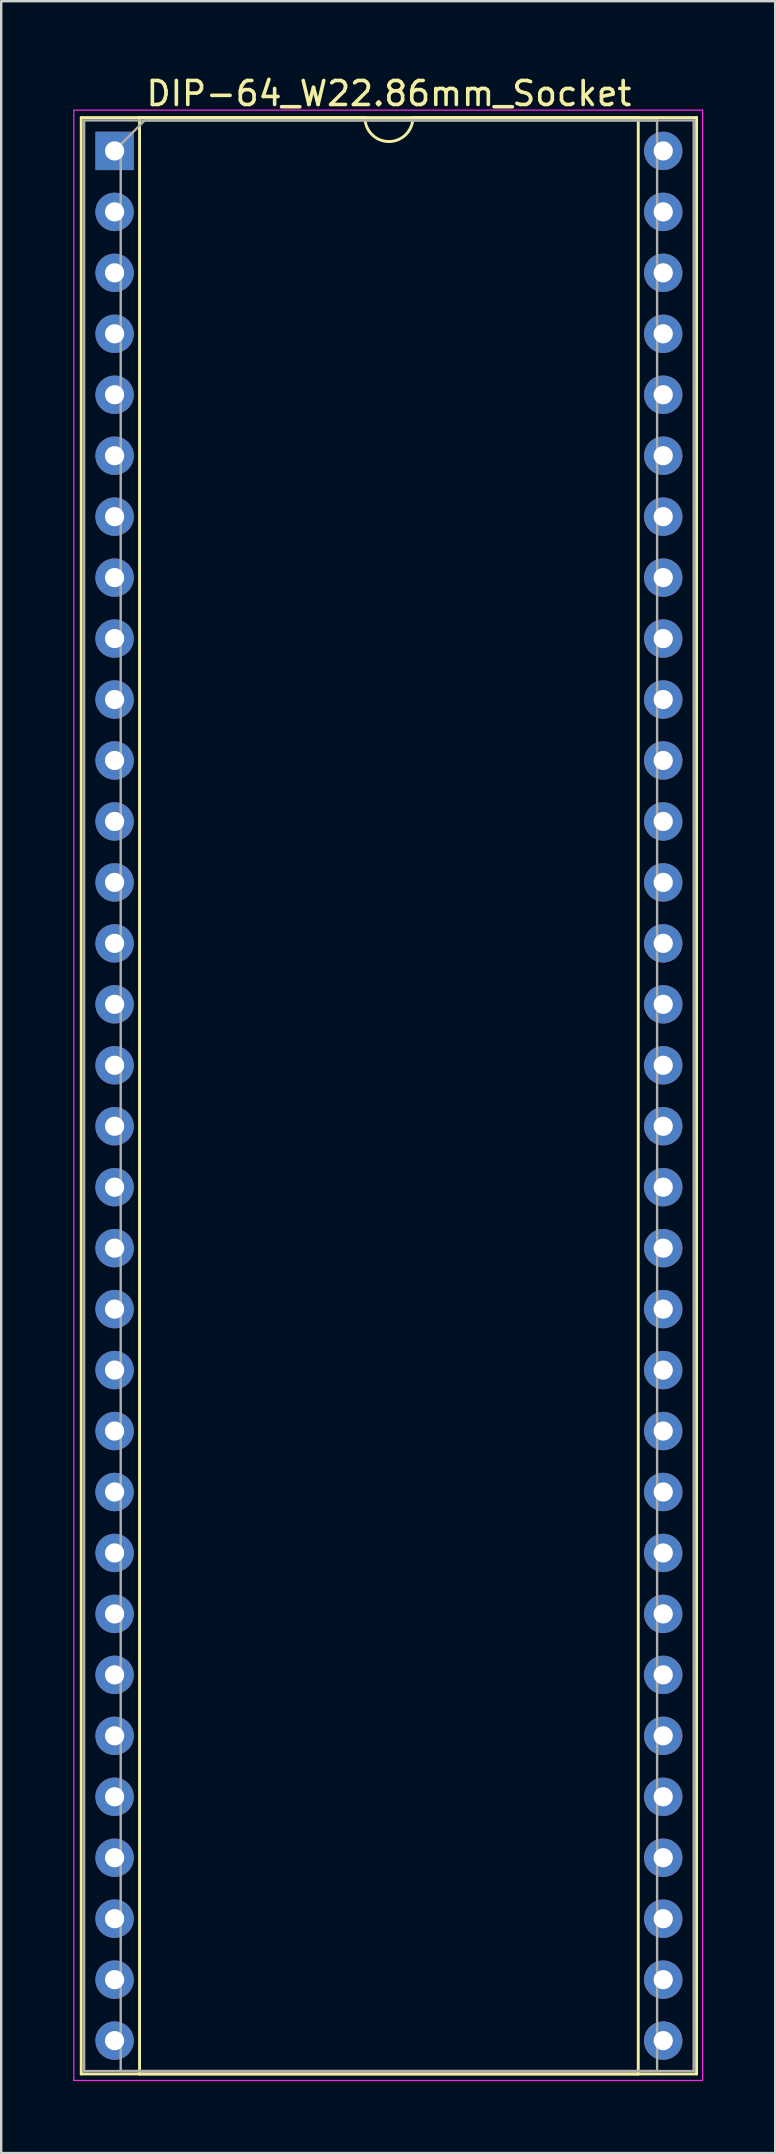
<source format=kicad_pcb>
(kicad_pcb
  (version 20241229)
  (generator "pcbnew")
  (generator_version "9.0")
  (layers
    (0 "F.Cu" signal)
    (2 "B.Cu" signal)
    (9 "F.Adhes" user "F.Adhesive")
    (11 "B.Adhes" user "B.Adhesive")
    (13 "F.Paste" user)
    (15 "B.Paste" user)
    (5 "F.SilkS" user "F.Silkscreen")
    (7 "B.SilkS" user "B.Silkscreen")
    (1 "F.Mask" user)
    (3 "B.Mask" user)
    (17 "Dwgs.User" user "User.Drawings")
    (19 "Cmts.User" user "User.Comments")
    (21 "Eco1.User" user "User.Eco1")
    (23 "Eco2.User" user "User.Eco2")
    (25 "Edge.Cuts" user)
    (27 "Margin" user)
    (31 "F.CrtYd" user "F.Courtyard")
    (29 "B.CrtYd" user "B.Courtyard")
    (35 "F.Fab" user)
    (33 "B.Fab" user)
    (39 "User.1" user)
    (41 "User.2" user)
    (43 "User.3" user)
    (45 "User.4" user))
  (footprint "DIP-64_W22.86mm_Socket"
    (layer "F.Cu")
    (at 1.725 3.238)
    (property "Reference" "DIP-64_W22.86mm_Socket" (at 11.43 -2.39 0) (layer "F.SilkS") (effects (font (size 1 1) (thickness 0.15))))
    (attr through_hole)
    (fp_line (start -1.39 -1.39) (end -1.39 80.13) (stroke (width 0.12) (type solid)) (layer "F.SilkS"))
    (fp_line (start -1.39 80.13) (end 24.25 80.13) (stroke (width 0.12) (type solid)) (layer "F.SilkS"))
    (fp_line (start 1.04 -1.39) (end 1.04 80.13) (stroke (width 0.12) (type solid)) (layer "F.SilkS"))
    (fp_line (start 1.04 80.13) (end 21.82 80.13) (stroke (width 0.12) (type solid)) (layer "F.SilkS"))
    (fp_line (start 10.43 -1.39) (end 1.04 -1.39) (stroke (width 0.12) (type solid)) (layer "F.SilkS"))
    (fp_line (start 21.82 -1.39) (end 12.43 -1.39) (stroke (width 0.12) (type solid)) (layer "F.SilkS"))
    (fp_line (start 21.82 80.13) (end 21.82 -1.39) (stroke (width 0.12) (type solid)) (layer "F.SilkS"))
    (fp_line (start 24.25 -1.39) (end -1.39 -1.39) (stroke (width 0.12) (type solid)) (layer "F.SilkS"))
    (fp_line (start 24.25 80.13) (end 24.25 -1.39) (stroke (width 0.12) (type solid)) (layer "F.SilkS"))
    (fp_arc (start 12.43 -1.39) (mid 11.43 -0.39) (end 10.43 -1.39) (stroke (width 0.12) (type solid)) (layer "F.SilkS"))
    (fp_line (start -1.7 -1.7) (end -1.7 80.4) (stroke (width 0.05) (type solid)) (layer "F.CrtYd"))
    (fp_line (start -1.7 80.4) (end 24.5 80.4) (stroke (width 0.05) (type solid)) (layer "F.CrtYd"))
    (fp_line (start 24.5 -1.7) (end -1.7 -1.7) (stroke (width 0.05) (type solid)) (layer "F.CrtYd"))
    (fp_line (start 24.5 80.4) (end 24.5 -1.7) (stroke (width 0.05) (type solid)) (layer "F.CrtYd"))
    (fp_line (start -1.27 -1.27) (end -1.27 80.01) (stroke (width 0.1) (type solid)) (layer "F.Fab"))
    (fp_line (start -1.27 80.01) (end 24.13 80.01) (stroke (width 0.1) (type solid)) (layer "F.Fab"))
    (fp_line (start 0.255 -0.27) (end 1.255 -1.27) (stroke (width 0.1) (type solid)) (layer "F.Fab"))
    (fp_line (start 0.255 80.01) (end 0.255 -0.27) (stroke (width 0.1) (type solid)) (layer "F.Fab"))
    (fp_line (start 1.255 -1.27) (end 22.605 -1.27) (stroke (width 0.1) (type solid)) (layer "F.Fab"))
    (fp_line (start 22.605 -1.27) (end 22.605 80.01) (stroke (width 0.1) (type solid)) (layer "F.Fab"))
    (fp_line (start 22.605 80.01) (end 0.255 80.01) (stroke (width 0.1) (type solid)) (layer "F.Fab"))
    (fp_line (start 24.13 -1.27) (end -1.27 -1.27) (stroke (width 0.1) (type solid)) (layer "F.Fab"))
    (fp_line (start 24.13 80.01) (end 24.13 -1.27) (stroke (width 0.1) (type solid)) (layer "F.Fab"))
    (pad "1" thru_hole rect (at 0 0) (size 1.6 1.6) (drill 0.8) (layers "*.Cu" "*.Mask"))
    (pad "2" thru_hole oval (at 0 2.54) (size 1.6 1.6) (drill 0.8) (layers "*.Cu" "*.Mask"))
    (pad "3" thru_hole oval (at 0 5.08) (size 1.6 1.6) (drill 0.8) (layers "*.Cu" "*.Mask"))
    (pad "4" thru_hole oval (at 0 7.62) (size 1.6 1.6) (drill 0.8) (layers "*.Cu" "*.Mask"))
    (pad "5" thru_hole oval (at 0 10.16) (size 1.6 1.6) (drill 0.8) (layers "*.Cu" "*.Mask"))
    (pad "6" thru_hole oval (at 0 12.7) (size 1.6 1.6) (drill 0.8) (layers "*.Cu" "*.Mask"))
    (pad "7" thru_hole oval (at 0 15.24) (size 1.6 1.6) (drill 0.8) (layers "*.Cu" "*.Mask"))
    (pad "8" thru_hole oval (at 0 17.78) (size 1.6 1.6) (drill 0.8) (layers "*.Cu" "*.Mask"))
    (pad "9" thru_hole oval (at 0 20.32) (size 1.6 1.6) (drill 0.8) (layers "*.Cu" "*.Mask"))
    (pad "10" thru_hole oval (at 0 22.86) (size 1.6 1.6) (drill 0.8) (layers "*.Cu" "*.Mask"))
    (pad "11" thru_hole oval (at 0 25.4) (size 1.6 1.6) (drill 0.8) (layers "*.Cu" "*.Mask"))
    (pad "12" thru_hole oval (at 0 27.94) (size 1.6 1.6) (drill 0.8) (layers "*.Cu" "*.Mask"))
    (pad "13" thru_hole oval (at 0 30.48) (size 1.6 1.6) (drill 0.8) (layers "*.Cu" "*.Mask"))
    (pad "14" thru_hole oval (at 0 33.02) (size 1.6 1.6) (drill 0.8) (layers "*.Cu" "*.Mask"))
    (pad "15" thru_hole oval (at 0 35.56) (size 1.6 1.6) (drill 0.8) (layers "*.Cu" "*.Mask"))
    (pad "16" thru_hole oval (at 0 38.1) (size 1.6 1.6) (drill 0.8) (layers "*.Cu" "*.Mask"))
    (pad "17" thru_hole oval (at 0 40.64) (size 1.6 1.6) (drill 0.8) (layers "*.Cu" "*.Mask"))
    (pad "18" thru_hole oval (at 0 43.18) (size 1.6 1.6) (drill 0.8) (layers "*.Cu" "*.Mask"))
    (pad "19" thru_hole oval (at 0 45.72) (size 1.6 1.6) (drill 0.8) (layers "*.Cu" "*.Mask"))
    (pad "20" thru_hole oval (at 0 48.26) (size 1.6 1.6) (drill 0.8) (layers "*.Cu" "*.Mask"))
    (pad "21" thru_hole oval (at 0 50.8) (size 1.6 1.6) (drill 0.8) (layers "*.Cu" "*.Mask"))
    (pad "22" thru_hole oval (at 0 53.34) (size 1.6 1.6) (drill 0.8) (layers "*.Cu" "*.Mask"))
    (pad "23" thru_hole oval (at 0 55.88) (size 1.6 1.6) (drill 0.8) (layers "*.Cu" "*.Mask"))
    (pad "24" thru_hole oval (at 0 58.42) (size 1.6 1.6) (drill 0.8) (layers "*.Cu" "*.Mask"))
    (pad "25" thru_hole oval (at 0 60.96) (size 1.6 1.6) (drill 0.8) (layers "*.Cu" "*.Mask"))
    (pad "26" thru_hole oval (at 0 63.5) (size 1.6 1.6) (drill 0.8) (layers "*.Cu" "*.Mask"))
    (pad "27" thru_hole oval (at 0 66.04) (size 1.6 1.6) (drill 0.8) (layers "*.Cu" "*.Mask"))
    (pad "28" thru_hole oval (at 0 68.58) (size 1.6 1.6) (drill 0.8) (layers "*.Cu" "*.Mask"))
    (pad "29" thru_hole oval (at 0 71.12) (size 1.6 1.6) (drill 0.8) (layers "*.Cu" "*.Mask"))
    (pad "30" thru_hole oval (at 0 73.66) (size 1.6 1.6) (drill 0.8) (layers "*.Cu" "*.Mask"))
    (pad "31" thru_hole oval (at 0 76.2) (size 1.6 1.6) (drill 0.8) (layers "*.Cu" "*.Mask"))
    (pad "32" thru_hole oval (at 0 78.74) (size 1.6 1.6) (drill 0.8) (layers "*.Cu" "*.Mask"))
    (pad "33" thru_hole oval (at 22.86 78.74) (size 1.6 1.6) (drill 0.8) (layers "*.Cu" "*.Mask"))
    (pad "34" thru_hole oval (at 22.86 76.2) (size 1.6 1.6) (drill 0.8) (layers "*.Cu" "*.Mask"))
    (pad "35" thru_hole oval (at 22.86 73.66) (size 1.6 1.6) (drill 0.8) (layers "*.Cu" "*.Mask"))
    (pad "36" thru_hole oval (at 22.86 71.12) (size 1.6 1.6) (drill 0.8) (layers "*.Cu" "*.Mask"))
    (pad "37" thru_hole oval (at 22.86 68.58) (size 1.6 1.6) (drill 0.8) (layers "*.Cu" "*.Mask"))
    (pad "38" thru_hole oval (at 22.86 66.04) (size 1.6 1.6) (drill 0.8) (layers "*.Cu" "*.Mask"))
    (pad "39" thru_hole oval (at 22.86 63.5) (size 1.6 1.6) (drill 0.8) (layers "*.Cu" "*.Mask"))
    (pad "40" thru_hole oval (at 22.86 60.96) (size 1.6 1.6) (drill 0.8) (layers "*.Cu" "*.Mask"))
    (pad "41" thru_hole oval (at 22.86 58.42) (size 1.6 1.6) (drill 0.8) (layers "*.Cu" "*.Mask"))
    (pad "42" thru_hole oval (at 22.86 55.88) (size 1.6 1.6) (drill 0.8) (layers "*.Cu" "*.Mask"))
    (pad "43" thru_hole oval (at 22.86 53.34) (size 1.6 1.6) (drill 0.8) (layers "*.Cu" "*.Mask"))
    (pad "44" thru_hole oval (at 22.86 50.8) (size 1.6 1.6) (drill 0.8) (layers "*.Cu" "*.Mask"))
    (pad "45" thru_hole oval (at 22.86 48.26) (size 1.6 1.6) (drill 0.8) (layers "*.Cu" "*.Mask"))
    (pad "46" thru_hole oval (at 22.86 45.72) (size 1.6 1.6) (drill 0.8) (layers "*.Cu" "*.Mask"))
    (pad "47" thru_hole oval (at 22.86 43.18) (size 1.6 1.6) (drill 0.8) (layers "*.Cu" "*.Mask"))
    (pad "48" thru_hole oval (at 22.86 40.64) (size 1.6 1.6) (drill 0.8) (layers "*.Cu" "*.Mask"))
    (pad "49" thru_hole oval (at 22.86 38.1) (size 1.6 1.6) (drill 0.8) (layers "*.Cu" "*.Mask"))
    (pad "50" thru_hole oval (at 22.86 35.56) (size 1.6 1.6) (drill 0.8) (layers "*.Cu" "*.Mask"))
    (pad "51" thru_hole oval (at 22.86 33.02) (size 1.6 1.6) (drill 0.8) (layers "*.Cu" "*.Mask"))
    (pad "52" thru_hole oval (at 22.86 30.48) (size 1.6 1.6) (drill 0.8) (layers "*.Cu" "*.Mask"))
    (pad "53" thru_hole oval (at 22.86 27.94) (size 1.6 1.6) (drill 0.8) (layers "*.Cu" "*.Mask"))
    (pad "54" thru_hole oval (at 22.86 25.4) (size 1.6 1.6) (drill 0.8) (layers "*.Cu" "*.Mask"))
    (pad "55" thru_hole oval (at 22.86 22.86) (size 1.6 1.6) (drill 0.8) (layers "*.Cu" "*.Mask"))
    (pad "56" thru_hole oval (at 22.86 20.32) (size 1.6 1.6) (drill 0.8) (layers "*.Cu" "*.Mask"))
    (pad "57" thru_hole oval (at 22.86 17.78) (size 1.6 1.6) (drill 0.8) (layers "*.Cu" "*.Mask"))
    (pad "58" thru_hole oval (at 22.86 15.24) (size 1.6 1.6) (drill 0.8) (layers "*.Cu" "*.Mask"))
    (pad "59" thru_hole oval (at 22.86 12.7) (size 1.6 1.6) (drill 0.8) (layers "*.Cu" "*.Mask"))
    (pad "60" thru_hole oval (at 22.86 10.16) (size 1.6 1.6) (drill 0.8) (layers "*.Cu" "*.Mask"))
    (pad "61" thru_hole oval (at 22.86 7.62) (size 1.6 1.6) (drill 0.8) (layers "*.Cu" "*.Mask"))
    (pad "62" thru_hole oval (at 22.86 5.08) (size 1.6 1.6) (drill 0.8) (layers "*.Cu" "*.Mask"))
    (pad "63" thru_hole oval (at 22.86 2.54) (size 1.6 1.6) (drill 0.8) (layers "*.Cu" "*.Mask"))
    (pad "64" thru_hole oval (at 22.86 0) (size 1.6 1.6) (drill 0.8) (layers "*.Cu" "*.Mask")))
  (gr_rect
    (start -3 -3)
    (end 29.25 86.663)
    (stroke (width 0.1) (type default))
    (fill no)
    (layer "Edge.Cuts")))
</source>
